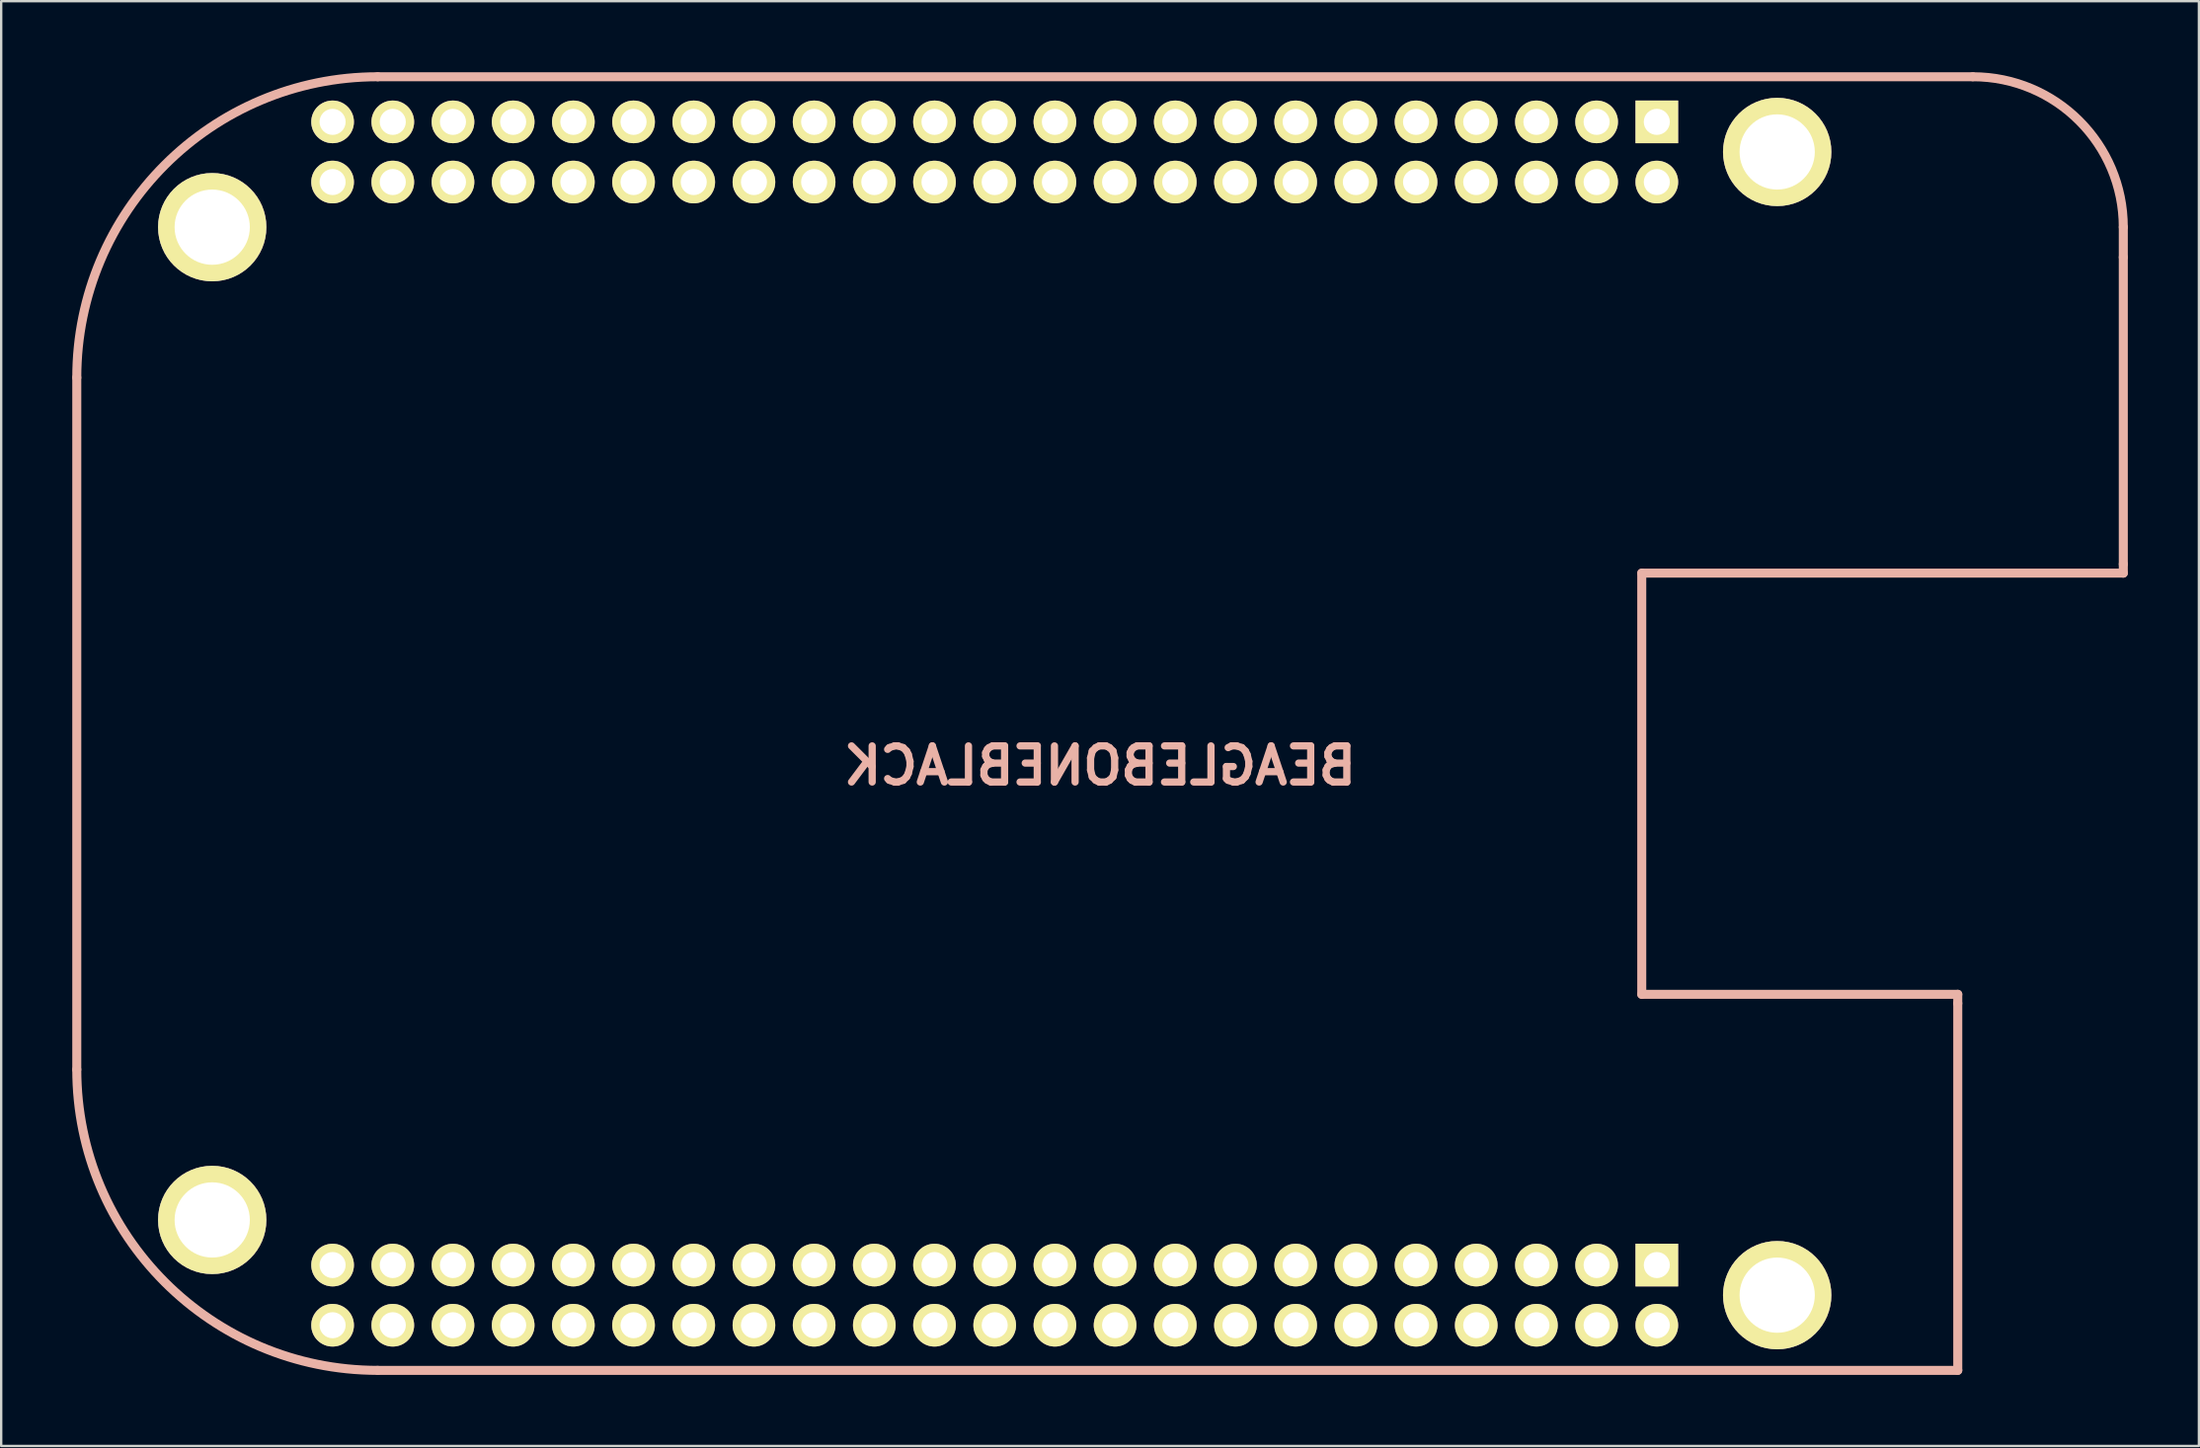
<source format=kicad_pcb>
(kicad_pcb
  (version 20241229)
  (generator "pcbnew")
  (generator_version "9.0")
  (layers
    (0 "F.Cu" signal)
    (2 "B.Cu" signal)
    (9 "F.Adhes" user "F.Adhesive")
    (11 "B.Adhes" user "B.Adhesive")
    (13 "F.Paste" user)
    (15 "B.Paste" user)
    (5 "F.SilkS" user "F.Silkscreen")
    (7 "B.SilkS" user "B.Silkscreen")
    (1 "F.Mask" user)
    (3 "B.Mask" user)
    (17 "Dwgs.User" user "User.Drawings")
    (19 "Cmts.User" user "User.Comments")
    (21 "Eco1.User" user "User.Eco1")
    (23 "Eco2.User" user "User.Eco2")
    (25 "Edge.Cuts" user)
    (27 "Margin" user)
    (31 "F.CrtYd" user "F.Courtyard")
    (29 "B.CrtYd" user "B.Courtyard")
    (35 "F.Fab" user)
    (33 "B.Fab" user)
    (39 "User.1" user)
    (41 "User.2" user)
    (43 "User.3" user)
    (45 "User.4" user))
  (footprint "BEAGLEBONEBLACK"
    (layer "F.Cu")
    (at 43.37 27.495)
    (property "Reference" "BEAGLEBONEBLACK" (at 0 1.778 0) (layer "B.SilkS") (effects (font (size 1.524 1.524) (thickness 0.305)) (justify mirror)))
    (attr through_hole)
    (fp_line (start -43.18 -14.605) (end -43.18 14.605) (stroke (width 0.381) (type solid)) (layer "B.SilkS"))
    (fp_line (start -30.48 -27.305) (end 36.83 -27.305) (stroke (width 0.381) (type solid)) (layer "B.SilkS"))
    (fp_line (start -30.48 27.305) (end 36.195 27.305) (stroke (width 0.381) (type solid)) (layer "B.SilkS"))
    (fp_line (start 22.86 -6.35) (end 43.18 -6.35) (stroke (width 0.381) (type solid)) (layer "B.SilkS"))
    (fp_line (start 22.86 11.43) (end 22.86 -6.35) (stroke (width 0.381) (type solid)) (layer "B.SilkS"))
    (fp_line (start 36.195 11.43) (end 22.86 11.43) (stroke (width 0.381) (type solid)) (layer "B.SilkS"))
    (fp_line (start 36.195 11.811) (end 36.195 11.43) (stroke (width 0.381) (type solid)) (layer "B.SilkS"))
    (fp_line (start 36.195 27.305) (end 36.195 11.811) (stroke (width 0.381) (type solid)) (layer "B.SilkS"))
    (fp_line (start 43.18 -20.955) (end 43.18 -19.685) (stroke (width 0.381) (type solid)) (layer "B.SilkS"))
    (fp_line (start 43.18 -6.731) (end 43.18 -19.685) (stroke (width 0.381) (type solid)) (layer "B.SilkS"))
    (fp_line (start 43.18 -6.35) (end 43.18 -6.731) (stroke (width 0.381) (type solid)) (layer "B.SilkS"))
    (fp_arc (start -43.18 -14.605) (mid -39.460256 -23.585256) (end -30.48 -27.305) (stroke (width 0.381) (type solid)) (layer "B.SilkS"))
    (fp_arc (start -30.48 27.305) (mid -39.460256 23.585256) (end -43.18 14.605) (stroke (width 0.381) (type solid)) (layer "B.SilkS"))
    (fp_arc (start 36.83 -27.305) (mid 41.320128 -25.445128) (end 43.18 -20.955) (stroke (width 0.381) (type solid)) (layer "B.SilkS"))
    (pad "B1" thru_hole rect (at 23.495 22.86) (size 1.8 1.8) (drill 1.1) (layers "*.Cu" "*.Mask" "F.SilkS"))
    (pad "B2" thru_hole circle (at 23.495 25.4) (size 1.8 1.8) (drill 1.1) (layers "*.Cu" "*.Mask" "F.SilkS"))
    (pad "B3" thru_hole circle (at 20.955 22.86) (size 1.8 1.8) (drill 1.1) (layers "*.Cu" "*.Mask" "F.SilkS"))
    (pad "B4" thru_hole circle (at 20.955 25.4) (size 1.8 1.8) (drill 1.1) (layers "*.Cu" "*.Mask" "F.SilkS"))
    (pad "B5" thru_hole circle (at 18.415 22.86) (size 1.8 1.8) (drill 1.1) (layers "*.Cu" "*.Mask" "F.SilkS"))
    (pad "B6" thru_hole circle (at 18.415 25.4) (size 1.8 1.8) (drill 1.1) (layers "*.Cu" "*.Mask" "F.SilkS"))
    (pad "B7" thru_hole circle (at 15.875 22.86) (size 1.8 1.8) (drill 1.1) (layers "*.Cu" "*.Mask" "F.SilkS"))
    (pad "B8" thru_hole circle (at 15.875 25.4) (size 1.8 1.8) (drill 1.1) (layers "*.Cu" "*.Mask" "F.SilkS"))
    (pad "B9" thru_hole circle (at 13.335 22.86) (size 1.8 1.8) (drill 1.1) (layers "*.Cu" "*.Mask" "F.SilkS"))
    (pad "B10" thru_hole circle (at 13.335 25.4) (size 1.8 1.8) (drill 1.1) (layers "*.Cu" "*.Mask" "F.SilkS"))
    (pad "B11" thru_hole circle (at 10.795 22.86) (size 1.8 1.8) (drill 1.1) (layers "*.Cu" "*.Mask" "F.SilkS"))
    (pad "B12" thru_hole circle (at 10.795 25.4) (size 1.8 1.8) (drill 1.1) (layers "*.Cu" "*.Mask" "F.SilkS"))
    (pad "B13" thru_hole circle (at 8.255 22.86) (size 1.8 1.8) (drill 1.1) (layers "*.Cu" "*.Mask" "F.SilkS"))
    (pad "B14" thru_hole circle (at 8.255 25.4) (size 1.8 1.8) (drill 1.1) (layers "*.Cu" "*.Mask" "F.SilkS"))
    (pad "B15" thru_hole circle (at 5.715 22.86) (size 1.8 1.8) (drill 1.1) (layers "*.Cu" "*.Mask" "F.SilkS"))
    (pad "B16" thru_hole circle (at 5.715 25.4) (size 1.8 1.8) (drill 1.1) (layers "*.Cu" "*.Mask" "F.SilkS"))
    (pad "B17" thru_hole circle (at 3.175 22.86) (size 1.8 1.8) (drill 1.1) (layers "*.Cu" "*.Mask" "F.SilkS"))
    (pad "B18" thru_hole circle (at 3.175 25.4) (size 1.8 1.8) (drill 1.1) (layers "*.Cu" "*.Mask" "F.SilkS"))
    (pad "B19" thru_hole circle (at 0.635 22.86) (size 1.8 1.8) (drill 1.1) (layers "*.Cu" "*.Mask" "F.SilkS"))
    (pad "B20" thru_hole circle (at 0.635 25.4) (size 1.8 1.8) (drill 1.1) (layers "*.Cu" "*.Mask" "F.SilkS"))
    (pad "B21" thru_hole circle (at -1.905 22.86) (size 1.8 1.8) (drill 1.1) (layers "*.Cu" "*.Mask" "F.SilkS"))
    (pad "B22" thru_hole circle (at -1.905 25.4) (size 1.8 1.8) (drill 1.1) (layers "*.Cu" "*.Mask" "F.SilkS"))
    (pad "B23" thru_hole circle (at -4.445 22.86) (size 1.8 1.8) (drill 1.1) (layers "*.Cu" "*.Mask" "F.SilkS"))
    (pad "B24" thru_hole circle (at -4.445 25.4) (size 1.8 1.8) (drill 1.1) (layers "*.Cu" "*.Mask" "F.SilkS"))
    (pad "B25" thru_hole circle (at -6.985 22.86) (size 1.8 1.8) (drill 1.1) (layers "*.Cu" "*.Mask" "F.SilkS"))
    (pad "B26" thru_hole circle (at -6.985 25.4) (size 1.8 1.8) (drill 1.1) (layers "*.Cu" "*.Mask" "F.SilkS"))
    (pad "B27" thru_hole circle (at -9.525 22.86) (size 1.8 1.8) (drill 1.1) (layers "*.Cu" "*.Mask" "F.SilkS"))
    (pad "B28" thru_hole circle (at -9.525 25.4) (size 1.8 1.8) (drill 1.1) (layers "*.Cu" "*.Mask" "F.SilkS"))
    (pad "B29" thru_hole circle (at -12.065 22.86) (size 1.8 1.8) (drill 1.1) (layers "*.Cu" "*.Mask" "F.SilkS"))
    (pad "B30" thru_hole circle (at -12.065 25.4) (size 1.8 1.8) (drill 1.1) (layers "*.Cu" "*.Mask" "F.SilkS"))
    (pad "B31" thru_hole circle (at -14.605 22.86) (size 1.8 1.8) (drill 1.1) (layers "*.Cu" "*.Mask" "F.SilkS"))
    (pad "B32" thru_hole circle (at -14.605 25.4) (size 1.8 1.8) (drill 1.1) (layers "*.Cu" "*.Mask" "F.SilkS"))
    (pad "B33" thru_hole circle (at -17.145 22.86) (size 1.8 1.8) (drill 1.1) (layers "*.Cu" "*.Mask" "F.SilkS"))
    (pad "B34" thru_hole circle (at -17.145 25.4) (size 1.8 1.8) (drill 1.1) (layers "*.Cu" "*.Mask" "F.SilkS"))
    (pad "B35" thru_hole circle (at -19.685 22.86) (size 1.8 1.8) (drill 1.1) (layers "*.Cu" "*.Mask" "F.SilkS"))
    (pad "B36" thru_hole circle (at -19.685 25.4) (size 1.8 1.8) (drill 1.1) (layers "*.Cu" "*.Mask" "F.SilkS"))
    (pad "B37" thru_hole circle (at -22.225 22.86) (size 1.8 1.8) (drill 1.1) (layers "*.Cu" "*.Mask" "F.SilkS"))
    (pad "B38" thru_hole circle (at -22.225 25.4) (size 1.8 1.8) (drill 1.1) (layers "*.Cu" "*.Mask" "F.SilkS"))
    (pad "B39" thru_hole circle (at -24.765 22.86) (size 1.8 1.8) (drill 1.1) (layers "*.Cu" "*.Mask" "F.SilkS"))
    (pad "B40" thru_hole circle (at -24.765 25.4) (size 1.8 1.8) (drill 1.1) (layers "*.Cu" "*.Mask" "F.SilkS"))
    (pad "B41" thru_hole circle (at -27.305 22.86) (size 1.8 1.8) (drill 1.1) (layers "*.Cu" "*.Mask" "F.SilkS"))
    (pad "B42" thru_hole circle (at -27.305 25.4) (size 1.8 1.8) (drill 1.1) (layers "*.Cu" "*.Mask" "F.SilkS"))
    (pad "B43" thru_hole circle (at -29.845 22.86) (size 1.8 1.8) (drill 1.1) (layers "*.Cu" "*.Mask" "F.SilkS"))
    (pad "B44" thru_hole circle (at -29.845 25.4) (size 1.8 1.8) (drill 1.1) (layers "*.Cu" "*.Mask" "F.SilkS"))
    (pad "B45" thru_hole circle (at -32.385 22.86) (size 1.8 1.8) (drill 1.1) (layers "*.Cu" "*.Mask" "F.SilkS"))
    (pad "B46" thru_hole circle (at -32.385 25.4) (size 1.8 1.8) (drill 1.1) (layers "*.Cu" "*.Mask" "F.SilkS"))
    (pad "C1" thru_hole rect (at 23.495 -25.4) (size 1.8 1.8) (drill 1.1) (layers "*.Cu" "*.Mask" "F.SilkS"))
    (pad "C2" thru_hole circle (at 23.495 -22.86) (size 1.8 1.8) (drill 1.1) (layers "*.Cu" "*.Mask" "F.SilkS"))
    (pad "C3" thru_hole circle (at 20.955 -25.4) (size 1.8 1.8) (drill 1.1) (layers "*.Cu" "*.Mask" "F.SilkS"))
    (pad "C4" thru_hole circle (at 20.955 -22.86) (size 1.8 1.8) (drill 1.1) (layers "*.Cu" "*.Mask" "F.SilkS"))
    (pad "C5" thru_hole circle (at 18.415 -25.4) (size 1.8 1.8) (drill 1.1) (layers "*.Cu" "*.Mask" "F.SilkS"))
    (pad "C6" thru_hole circle (at 18.415 -22.86) (size 1.8 1.8) (drill 1.1) (layers "*.Cu" "*.Mask" "F.SilkS"))
    (pad "C7" thru_hole circle (at 15.875 -25.4) (size 1.8 1.8) (drill 1.1) (layers "*.Cu" "*.Mask" "F.SilkS"))
    (pad "C8" thru_hole circle (at 15.875 -22.86) (size 1.8 1.8) (drill 1.1) (layers "*.Cu" "*.Mask" "F.SilkS"))
    (pad "C9" thru_hole circle (at 13.335 -25.4) (size 1.8 1.8) (drill 1.1) (layers "*.Cu" "*.Mask" "F.SilkS"))
    (pad "C10" thru_hole circle (at 13.335 -22.86) (size 1.8 1.8) (drill 1.1) (layers "*.Cu" "*.Mask" "F.SilkS"))
    (pad "C11" thru_hole circle (at 10.795 -25.4) (size 1.8 1.8) (drill 1.1) (layers "*.Cu" "*.Mask" "F.SilkS"))
    (pad "C12" thru_hole circle (at 10.795 -22.86) (size 1.8 1.8) (drill 1.1) (layers "*.Cu" "*.Mask" "F.SilkS"))
    (pad "C13" thru_hole circle (at 8.255 -25.4) (size 1.8 1.8) (drill 1.1) (layers "*.Cu" "*.Mask" "F.SilkS"))
    (pad "C14" thru_hole circle (at 8.255 -22.86) (size 1.8 1.8) (drill 1.1) (layers "*.Cu" "*.Mask" "F.SilkS"))
    (pad "C15" thru_hole circle (at 5.715 -25.4) (size 1.8 1.8) (drill 1.1) (layers "*.Cu" "*.Mask" "F.SilkS"))
    (pad "C16" thru_hole circle (at 5.715 -22.86) (size 1.8 1.8) (drill 1.1) (layers "*.Cu" "*.Mask" "F.SilkS"))
    (pad "C17" thru_hole circle (at 3.175 -25.4) (size 1.8 1.8) (drill 1.1) (layers "*.Cu" "*.Mask" "F.SilkS"))
    (pad "C18" thru_hole circle (at 3.175 -22.86) (size 1.8 1.8) (drill 1.1) (layers "*.Cu" "*.Mask" "F.SilkS"))
    (pad "C19" thru_hole circle (at 0.635 -25.4) (size 1.8 1.8) (drill 1.1) (layers "*.Cu" "*.Mask" "F.SilkS"))
    (pad "C20" thru_hole circle (at 0.635 -22.86) (size 1.8 1.8) (drill 1.1) (layers "*.Cu" "*.Mask" "F.SilkS"))
    (pad "C21" thru_hole circle (at -1.905 -25.4) (size 1.8 1.8) (drill 1.1) (layers "*.Cu" "*.Mask" "F.SilkS"))
    (pad "C22" thru_hole circle (at -1.905 -22.86) (size 1.8 1.8) (drill 1.1) (layers "*.Cu" "*.Mask" "F.SilkS"))
    (pad "C23" thru_hole circle (at -4.445 -25.4) (size 1.8 1.8) (drill 1.1) (layers "*.Cu" "*.Mask" "F.SilkS"))
    (pad "C24" thru_hole circle (at -4.445 -22.86) (size 1.8 1.8) (drill 1.1) (layers "*.Cu" "*.Mask" "F.SilkS"))
    (pad "C25" thru_hole circle (at -6.985 -25.4) (size 1.8 1.8) (drill 1.1) (layers "*.Cu" "*.Mask" "F.SilkS"))
    (pad "C26" thru_hole circle (at -6.985 -22.86) (size 1.8 1.8) (drill 1.1) (layers "*.Cu" "*.Mask" "F.SilkS"))
    (pad "C27" thru_hole circle (at -9.525 -25.4) (size 1.8 1.8) (drill 1.1) (layers "*.Cu" "*.Mask" "F.SilkS"))
    (pad "C28" thru_hole circle (at -9.525 -22.86) (size 1.8 1.8) (drill 1.1) (layers "*.Cu" "*.Mask" "F.SilkS"))
    (pad "C29" thru_hole circle (at -12.065 -25.4) (size 1.8 1.8) (drill 1.1) (layers "*.Cu" "*.Mask" "F.SilkS"))
    (pad "C30" thru_hole circle (at -12.065 -22.86) (size 1.8 1.8) (drill 1.1) (layers "*.Cu" "*.Mask" "F.SilkS"))
    (pad "C31" thru_hole circle (at -14.605 -25.4) (size 1.8 1.8) (drill 1.1) (layers "*.Cu" "*.Mask" "F.SilkS"))
    (pad "C32" thru_hole circle (at -14.605 -22.86) (size 1.8 1.8) (drill 1.1) (layers "*.Cu" "*.Mask" "F.SilkS"))
    (pad "C33" thru_hole circle (at -17.145 -25.4) (size 1.8 1.8) (drill 1.1) (layers "*.Cu" "*.Mask" "F.SilkS"))
    (pad "C34" thru_hole circle (at -17.145 -22.86) (size 1.8 1.8) (drill 1.1) (layers "*.Cu" "*.Mask" "F.SilkS"))
    (pad "C35" thru_hole circle (at -19.685 -25.4) (size 1.8 1.8) (drill 1.1) (layers "*.Cu" "*.Mask" "F.SilkS"))
    (pad "C36" thru_hole circle (at -19.685 -22.86) (size 1.8 1.8) (drill 1.1) (layers "*.Cu" "*.Mask" "F.SilkS"))
    (pad "C37" thru_hole circle (at -22.225 -25.4) (size 1.8 1.8) (drill 1.1) (layers "*.Cu" "*.Mask" "F.SilkS"))
    (pad "C38" thru_hole circle (at -22.225 -22.86) (size 1.8 1.8) (drill 1.1) (layers "*.Cu" "*.Mask" "F.SilkS"))
    (pad "C39" thru_hole circle (at -24.765 -25.4) (size 1.8 1.8) (drill 1.1) (layers "*.Cu" "*.Mask" "F.SilkS"))
    (pad "C40" thru_hole circle (at -24.765 -22.86) (size 1.8 1.8) (drill 1.1) (layers "*.Cu" "*.Mask" "F.SilkS"))
    (pad "C41" thru_hole circle (at -27.305 -25.4) (size 1.8 1.8) (drill 1.1) (layers "*.Cu" "*.Mask" "F.SilkS"))
    (pad "C42" thru_hole circle (at -27.305 -22.86) (size 1.8 1.8) (drill 1.1) (layers "*.Cu" "*.Mask" "F.SilkS"))
    (pad "C43" thru_hole circle (at -29.845 -25.4) (size 1.8 1.8) (drill 1.1) (layers "*.Cu" "*.Mask" "F.SilkS"))
    (pad "C44" thru_hole circle (at -29.845 -22.86) (size 1.8 1.8) (drill 1.1) (layers "*.Cu" "*.Mask" "F.SilkS"))
    (pad "C45" thru_hole circle (at -32.385 -25.4) (size 1.8 1.8) (drill 1.1) (layers "*.Cu" "*.Mask" "F.SilkS"))
    (pad "C46" thru_hole circle (at -32.385 -22.86) (size 1.8 1.8) (drill 1.1) (layers "*.Cu" "*.Mask" "F.SilkS"))
    (pad "M1" thru_hole circle (at -37.465 -20.955) (size 4.572 4.572) (drill 3.175) (layers "*.Cu" "*.Mask" "F.SilkS"))
    (pad "M2" thru_hole circle (at 28.575 -24.13) (size 4.572 4.572) (drill 3.175) (layers "*.Cu" "*.Mask" "F.SilkS"))
    (pad "M3" thru_hole circle (at 28.575 24.13) (size 4.572 4.572) (drill 3.175) (layers "*.Cu" "*.Mask" "F.SilkS"))
    (pad "M4" thru_hole circle (at -37.465 20.955) (size 4.572 4.572) (drill 3.175) (layers "*.Cu" "*.Mask" "F.SilkS")))
  (gr_rect
    (start -3 -3)
    (end 89.741 57.991)
    (stroke (width 0.1) (type default))
    (fill no)
    (layer "Edge.Cuts")))
</source>
